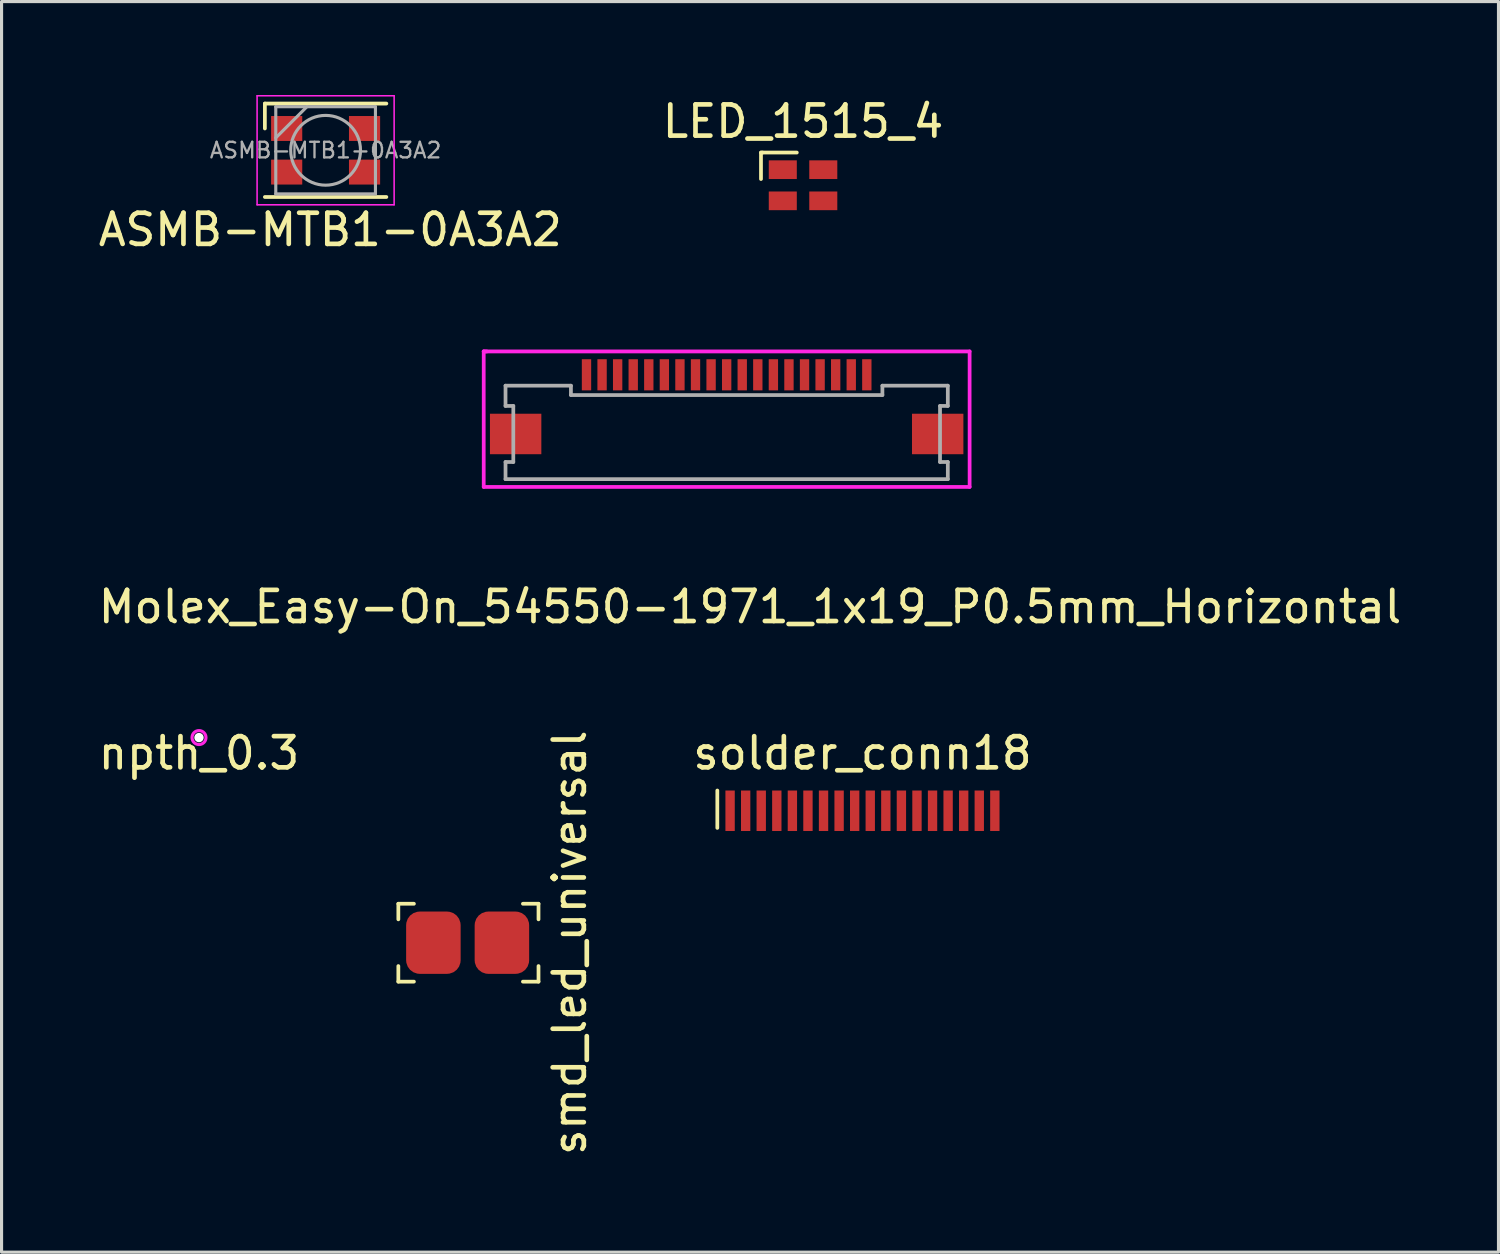
<source format=kicad_pcb>
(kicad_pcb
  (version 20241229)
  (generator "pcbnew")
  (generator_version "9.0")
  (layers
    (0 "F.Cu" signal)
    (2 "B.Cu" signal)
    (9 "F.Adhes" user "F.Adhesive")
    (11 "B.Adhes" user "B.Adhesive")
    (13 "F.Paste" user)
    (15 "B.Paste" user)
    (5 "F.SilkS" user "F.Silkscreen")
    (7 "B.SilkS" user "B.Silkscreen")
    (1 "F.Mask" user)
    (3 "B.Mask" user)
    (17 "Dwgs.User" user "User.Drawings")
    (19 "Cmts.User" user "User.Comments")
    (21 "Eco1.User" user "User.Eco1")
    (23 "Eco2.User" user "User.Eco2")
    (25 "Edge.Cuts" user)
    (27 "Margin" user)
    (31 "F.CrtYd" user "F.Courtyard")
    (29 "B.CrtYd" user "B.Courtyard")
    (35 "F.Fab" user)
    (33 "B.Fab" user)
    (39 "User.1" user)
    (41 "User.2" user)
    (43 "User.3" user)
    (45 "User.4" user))
  (footprint "smd_led_universal"
    (layer "F.Cu")
    (at 11.989 27.216)
    (property "Reference" "smd_led_universal" (at 3.25 0 90) (layer "F.SilkS") (effects (font (size 1 1) (thickness 0.15))))
    (attr through_hole)
    (fp_line (start -2.25 -1.25) (end -2.25 -0.75) (stroke (width 0.12) (type solid)) (layer "F.SilkS"))
    (fp_line (start -2.25 1.25) (end -2.25 0.75) (stroke (width 0.12) (type solid)) (layer "F.SilkS"))
    (fp_line (start -2.25 1.25) (end -1.75 1.25) (stroke (width 0.12) (type solid)) (layer "F.SilkS"))
    (fp_line (start -1.75 -1.25) (end -2.25 -1.25) (stroke (width 0.12) (type solid)) (layer "F.SilkS"))
    (fp_line (start 1.75 -1.25) (end 2.25 -1.25) (stroke (width 0.12) (type solid)) (layer "F.SilkS"))
    (fp_line (start 2.25 -1.25) (end 2.25 -0.75) (stroke (width 0.12) (type solid)) (layer "F.SilkS"))
    (fp_line (start 2.25 1.25) (end 1.75 1.25) (stroke (width 0.12) (type solid)) (layer "F.SilkS"))
    (fp_line (start 2.25 1.25) (end 2.25 0.75) (stroke (width 0.12) (type solid)) (layer "F.SilkS"))
    (pad "1" smd roundrect (at -1.125 0) (size 1.75 2) (layers "F.Cu" "F.Mask" "F.Paste") (roundrect_rratio 0.25))
    (pad "2" smd roundrect (at 1.075 0) (size 1.75 2) (layers "F.Cu" "F.Mask" "F.Paste") (roundrect_rratio 0.25)))
  (footprint "ASMB-MTB1-0A3A2"
    (layer "F.Cu")
    (at 7.404 1.775)
    (property "Reference" "ASMB-MTB1-0A3A2" (at 0.15 2.55 0) (layer "F.SilkS") (effects (font (size 1 1) (thickness 0.15))))
    (attr through_hole)
    (fp_line (start -1.95 -1.5) (end 1.95 -1.5) (stroke (width 0.12) (type solid)) (layer "F.SilkS"))
    (fp_line (start -1.95 -0.7) (end -1.95 -1.5) (stroke (width 0.12) (type solid)) (layer "F.SilkS"))
    (fp_line (start -1.95 1.5) (end 1.95 1.5) (stroke (width 0.12) (type solid)) (layer "F.SilkS"))
    (fp_line (start -2.2 -1.75) (end -2.2 1.75) (stroke (width 0.05) (type solid)) (layer "F.CrtYd"))
    (fp_line (start -2.2 1.75) (end 2.2 1.75) (stroke (width 0.05) (type solid)) (layer "F.CrtYd"))
    (fp_line (start 2.2 -1.75) (end -2.2 -1.75) (stroke (width 0.05) (type solid)) (layer "F.CrtYd"))
    (fp_line (start 2.2 1.75) (end 2.2 -1.75) (stroke (width 0.05) (type solid)) (layer "F.CrtYd"))
    (fp_line (start -1.6 -1.4) (end -1.6 1.4) (stroke (width 0.1) (type solid)) (layer "F.Fab"))
    (fp_line (start -1.6 1.4) (end 1.6 1.4) (stroke (width 0.1) (type solid)) (layer "F.Fab"))
    (fp_line (start -0.6 -1.4) (end -1.6 -0.4) (stroke (width 0.1) (type solid)) (layer "F.Fab"))
    (fp_line (start 1.6 -1.4) (end -1.6 -1.4) (stroke (width 0.1) (type solid)) (layer "F.Fab"))
    (fp_line (start 1.6 1.4) (end 1.6 -1.4) (stroke (width 0.1) (type solid)) (layer "F.Fab"))
    (fp_circle (center 0 0) (end 1.12 0) (stroke (width 0.1) (type solid)) (fill no) (layer "F.Fab"))
    (fp_text user "${REFERENCE}" (at 0 0 0) (layer "F.Fab") (effects (font (size 0.5 0.5) (thickness 0.075))))
    (pad "1" smd rect (at -1.25 -0.7) (size 1 0.8) (layers "F.Cu" "F.Mask" "F.Paste"))
    (pad "2" smd rect (at -1.25 0.7) (size 1 0.8) (layers "F.Cu" "F.Mask" "F.Paste"))
    (pad "3" smd rect (at 1.25 0.7) (size 1 0.8) (layers "F.Cu" "F.Mask" "F.Paste"))
    (pad "4" smd rect (at 1.25 -0.7) (size 1 0.8) (layers "F.Cu" "F.Mask" "F.Paste")))
  (footprint "Molex_Easy-On_54550-1971_1x19_P0.5mm_Horizontal"
    (layer "F.Cu")
    (at 20.28 9.483)
    (property "Reference" "Molex_Easy-On_54550-1971_1x19_P0.5mm_Horizontal" (at 0.75 6.95 0) (layer "F.SilkS") (effects (font (size 1 1) (thickness 0.15))))
    (attr through_hole)
    (fp_line (start -7.8 -1.25) (end -7.7 -1.25) (stroke (width 0.12) (type solid)) (layer "F.CrtYd"))
    (fp_line (start -7.8 -1.25) (end 7.8 -1.25) (stroke (width 0.12) (type solid)) (layer "F.CrtYd"))
    (fp_line (start -7.8 3.1) (end -7.8 -1.25) (stroke (width 0.12) (type solid)) (layer "F.CrtYd"))
    (fp_line (start 7.8 -1.25) (end 7.8 3.1) (stroke (width 0.12) (type solid)) (layer "F.CrtYd"))
    (fp_line (start 7.8 3.1) (end -7.8 3.1) (stroke (width 0.12) (type solid)) (layer "F.CrtYd"))
    (fp_line (start -7.1 -0.15) (end -7.1 0.5) (stroke (width 0.12) (type solid)) (layer "F.Fab"))
    (fp_line (start -7.1 0.5) (end -6.85 0.5) (stroke (width 0.12) (type solid)) (layer "F.Fab"))
    (fp_line (start -7.1 2.3) (end -7.1 2.85) (stroke (width 0.12) (type solid)) (layer "F.Fab"))
    (fp_line (start -7.1 2.85) (end 7.1 2.85) (stroke (width 0.12) (type solid)) (layer "F.Fab"))
    (fp_line (start -6.85 0.5) (end -6.85 2.3) (stroke (width 0.12) (type solid)) (layer "F.Fab"))
    (fp_line (start -6.85 2.3) (end -7.1 2.3) (stroke (width 0.12) (type solid)) (layer "F.Fab"))
    (fp_line (start -5 -0.15) (end -7.1 -0.15) (stroke (width 0.12) (type solid)) (layer "F.Fab"))
    (fp_line (start -5 0.15) (end -5 -0.15) (stroke (width 0.12) (type solid)) (layer "F.Fab"))
    (fp_line (start 5 -0.15) (end 5 0.15) (stroke (width 0.12) (type solid)) (layer "F.Fab"))
    (fp_line (start 5 0.15) (end -5 0.15) (stroke (width 0.12) (type solid)) (layer "F.Fab"))
    (fp_line (start 6.85 0.5) (end 7.1 0.5) (stroke (width 0.12) (type solid)) (layer "F.Fab"))
    (fp_line (start 6.85 2.3) (end 6.85 0.5) (stroke (width 0.12) (type solid)) (layer "F.Fab"))
    (fp_line (start 7.1 -0.15) (end 5 -0.15) (stroke (width 0.12) (type solid)) (layer "F.Fab"))
    (fp_line (start 7.1 0.5) (end 7.1 -0.15) (stroke (width 0.12) (type solid)) (layer "F.Fab"))
    (fp_line (start 7.1 2.3) (end 6.85 2.3) (stroke (width 0.12) (type solid)) (layer "F.Fab"))
    (fp_line (start 7.1 2.85) (end 7.1 2.3) (stroke (width 0.12) (type solid)) (layer "F.Fab"))
    (pad "" smd rect (at -7.6 0.75) (size 1.65 1.3) (drill (offset 0.825 0.65)) (layers "F.Cu" "F.Mask" "F.Paste"))
    (pad "" smd rect (at 7.6 0.75) (size 1.65 1.3) (drill (offset -0.825 0.65)) (layers "F.Cu" "F.Mask" "F.Paste"))
    (pad "1" smd rect (at -4.5 -0.5) (size 0.3 1) (layers "F.Cu" "F.Mask" "F.Paste"))
    (pad "2" smd rect (at -4 -0.5) (size 0.3 1) (layers "F.Cu" "F.Mask" "F.Paste"))
    (pad "3" smd rect (at -3.5 -0.5) (size 0.3 1) (layers "F.Cu" "F.Mask" "F.Paste"))
    (pad "4" smd rect (at -3 -0.5) (size 0.3 1) (layers "F.Cu" "F.Mask" "F.Paste"))
    (pad "5" smd rect (at -2.5 -0.5) (size 0.3 1) (layers "F.Cu" "F.Mask" "F.Paste"))
    (pad "6" smd rect (at -2 -0.5) (size 0.3 1) (layers "F.Cu" "F.Mask" "F.Paste"))
    (pad "7" smd rect (at -1.5 -0.5) (size 0.3 1) (layers "F.Cu" "F.Mask" "F.Paste"))
    (pad "8" smd rect (at -1 -0.5) (size 0.3 1) (layers "F.Cu" "F.Mask" "F.Paste"))
    (pad "9" smd rect (at -0.5 -0.5) (size 0.3 1) (layers "F.Cu" "F.Mask" "F.Paste"))
    (pad "10" smd rect (at 0 -0.5) (size 0.3 1) (layers "F.Cu" "F.Mask" "F.Paste"))
    (pad "11" smd rect (at 0.5 -0.5) (size 0.3 1) (layers "F.Cu" "F.Mask" "F.Paste"))
    (pad "12" smd rect (at 1 -0.5) (size 0.3 1) (layers "F.Cu" "F.Mask" "F.Paste"))
    (pad "13" smd rect (at 1.5 -0.5) (size 0.3 1) (layers "F.Cu" "F.Mask" "F.Paste"))
    (pad "14" smd rect (at 2 -0.5) (size 0.3 1) (layers "F.Cu" "F.Mask" "F.Paste"))
    (pad "15" smd rect (at 2.5 -0.5) (size 0.3 1) (layers "F.Cu" "F.Mask" "F.Paste"))
    (pad "16" smd rect (at 3 -0.5) (size 0.3 1) (layers "F.Cu" "F.Mask" "F.Paste"))
    (pad "17" smd rect (at 3.5 -0.5) (size 0.3 1) (layers "F.Cu" "F.Mask" "F.Paste"))
    (pad "18" smd rect (at 4 -0.5) (size 0.3 1) (layers "F.Cu" "F.Mask" "F.Paste"))
    (pad "19" smd rect (at 4.5 -0.5) (size 0.3 1) (layers "F.Cu" "F.Mask" "F.Paste")))
  (footprint "npth_0.3"
    (layer "F.Cu")
    (at 3.339 20.63)
    (property "Reference" "npth_0.3" (at 0 0.5 0) (layer "F.SilkS") (effects (font (size 1 1) (thickness 0.15))))
    (attr through_hole)
    (fp_circle (center 0 0) (end 0.224 0) (stroke (width 0.1) (type solid)) (fill no) (layer "F.CrtYd"))
    (pad "" np_thru_hole circle (at 0 0) (size 0.3 0.3) (drill 0.3) (layers "*.Cu" "*.Mask")))
  (footprint "solder_conn18"
    (layer "F.Cu")
    (at 24.64 24.83)
    (property "Reference" "solder_conn18" (at 0 -3.7 0) (layer "F.SilkS") (effects (font (size 1 1) (thickness 0.15))))
    (attr smd)
    (fp_line (start -4.66 -1.3) (end -4.66 -2.5) (stroke (width 0.12) (type solid)) (layer "F.SilkS"))
    (pad "1" smd rect (at -4.25 -1.85) (size 0.3 1.3) (layers "F.Cu" "F.Mask" "F.Paste"))
    (pad "2" smd rect (at -3.75 -1.85) (size 0.3 1.3) (layers "F.Cu" "F.Mask" "F.Paste"))
    (pad "3" smd rect (at -3.25 -1.85) (size 0.3 1.3) (layers "F.Cu" "F.Mask" "F.Paste"))
    (pad "4" smd rect (at -2.75 -1.85) (size 0.3 1.3) (layers "F.Cu" "F.Mask" "F.Paste"))
    (pad "5" smd rect (at -2.25 -1.85) (size 0.3 1.3) (layers "F.Cu" "F.Mask" "F.Paste"))
    (pad "6" smd rect (at -1.75 -1.85) (size 0.3 1.3) (layers "F.Cu" "F.Mask" "F.Paste"))
    (pad "7" smd rect (at -1.25 -1.85) (size 0.3 1.3) (layers "F.Cu" "F.Mask" "F.Paste"))
    (pad "8" smd rect (at -0.75 -1.85) (size 0.3 1.3) (layers "F.Cu" "F.Mask" "F.Paste"))
    (pad "9" smd rect (at -0.25 -1.85) (size 0.3 1.3) (layers "F.Cu" "F.Mask" "F.Paste"))
    (pad "10" smd rect (at 0.25 -1.85) (size 0.3 1.3) (layers "F.Cu" "F.Mask" "F.Paste"))
    (pad "11" smd rect (at 0.75 -1.85) (size 0.3 1.3) (layers "F.Cu" "F.Mask" "F.Paste"))
    (pad "12" smd rect (at 1.25 -1.85) (size 0.3 1.3) (layers "F.Cu" "F.Mask" "F.Paste"))
    (pad "13" smd rect (at 1.75 -1.85) (size 0.3 1.3) (layers "F.Cu" "F.Mask" "F.Paste"))
    (pad "14" smd rect (at 2.25 -1.85) (size 0.3 1.3) (layers "F.Cu" "F.Mask" "F.Paste"))
    (pad "15" smd rect (at 2.75 -1.85) (size 0.3 1.3) (layers "F.Cu" "F.Mask" "F.Paste"))
    (pad "16" smd rect (at 3.25 -1.85) (size 0.3 1.3) (layers "F.Cu" "F.Mask" "F.Paste"))
    (pad "17" smd rect (at 3.75 -1.85) (size 0.3 1.3) (layers "F.Cu" "F.Mask" "F.Paste"))
    (pad "18" smd rect (at 4.25 -1.85) (size 0.3 1.3) (layers "F.Cu" "F.Mask" "F.Paste")))
  (footprint "LED_1515_4"
    (layer "F.Cu")
    (at 22.732 2.898)
    (property "Reference" "LED_1515_4" (at 0 -2.05 0) (layer "F.SilkS") (effects (font (size 1 1) (thickness 0.15))))
    (attr through_hole)
    (fp_line (start -1.35 -0.2) (end -1.35 -1.05) (stroke (width 0.12) (type solid)) (layer "F.SilkS"))
    (fp_line (start -1.3 -1.05) (end -1.35 -1.05) (stroke (width 0.12) (type solid)) (layer "F.SilkS"))
    (fp_line (start -0.2 -1.05) (end -1.3 -1.05) (stroke (width 0.12) (type solid)) (layer "F.SilkS"))
    (pad "1" smd rect (at -0.65 0.5) (size 0.9 0.6) (layers "F.Cu" "F.Mask" "F.Paste"))
    (pad "2" smd rect (at 0.65 0.5) (size 0.9 0.6) (layers "F.Cu" "F.Mask" "F.Paste"))
    (pad "3" smd rect (at 0.65 -0.5) (size 0.9 0.6) (layers "F.Cu" "F.Mask" "F.Paste"))
    (pad "4" smd rect (at -0.65 -0.5) (size 0.9 0.6) (layers "F.Cu" "F.Mask" "F.Paste")))
  (gr_rect
    (start -3 -3)
    (end 45.06 37.151)
    (stroke (width 0.1) (type default))
    (fill no)
    (layer "Edge.Cuts")))
</source>
